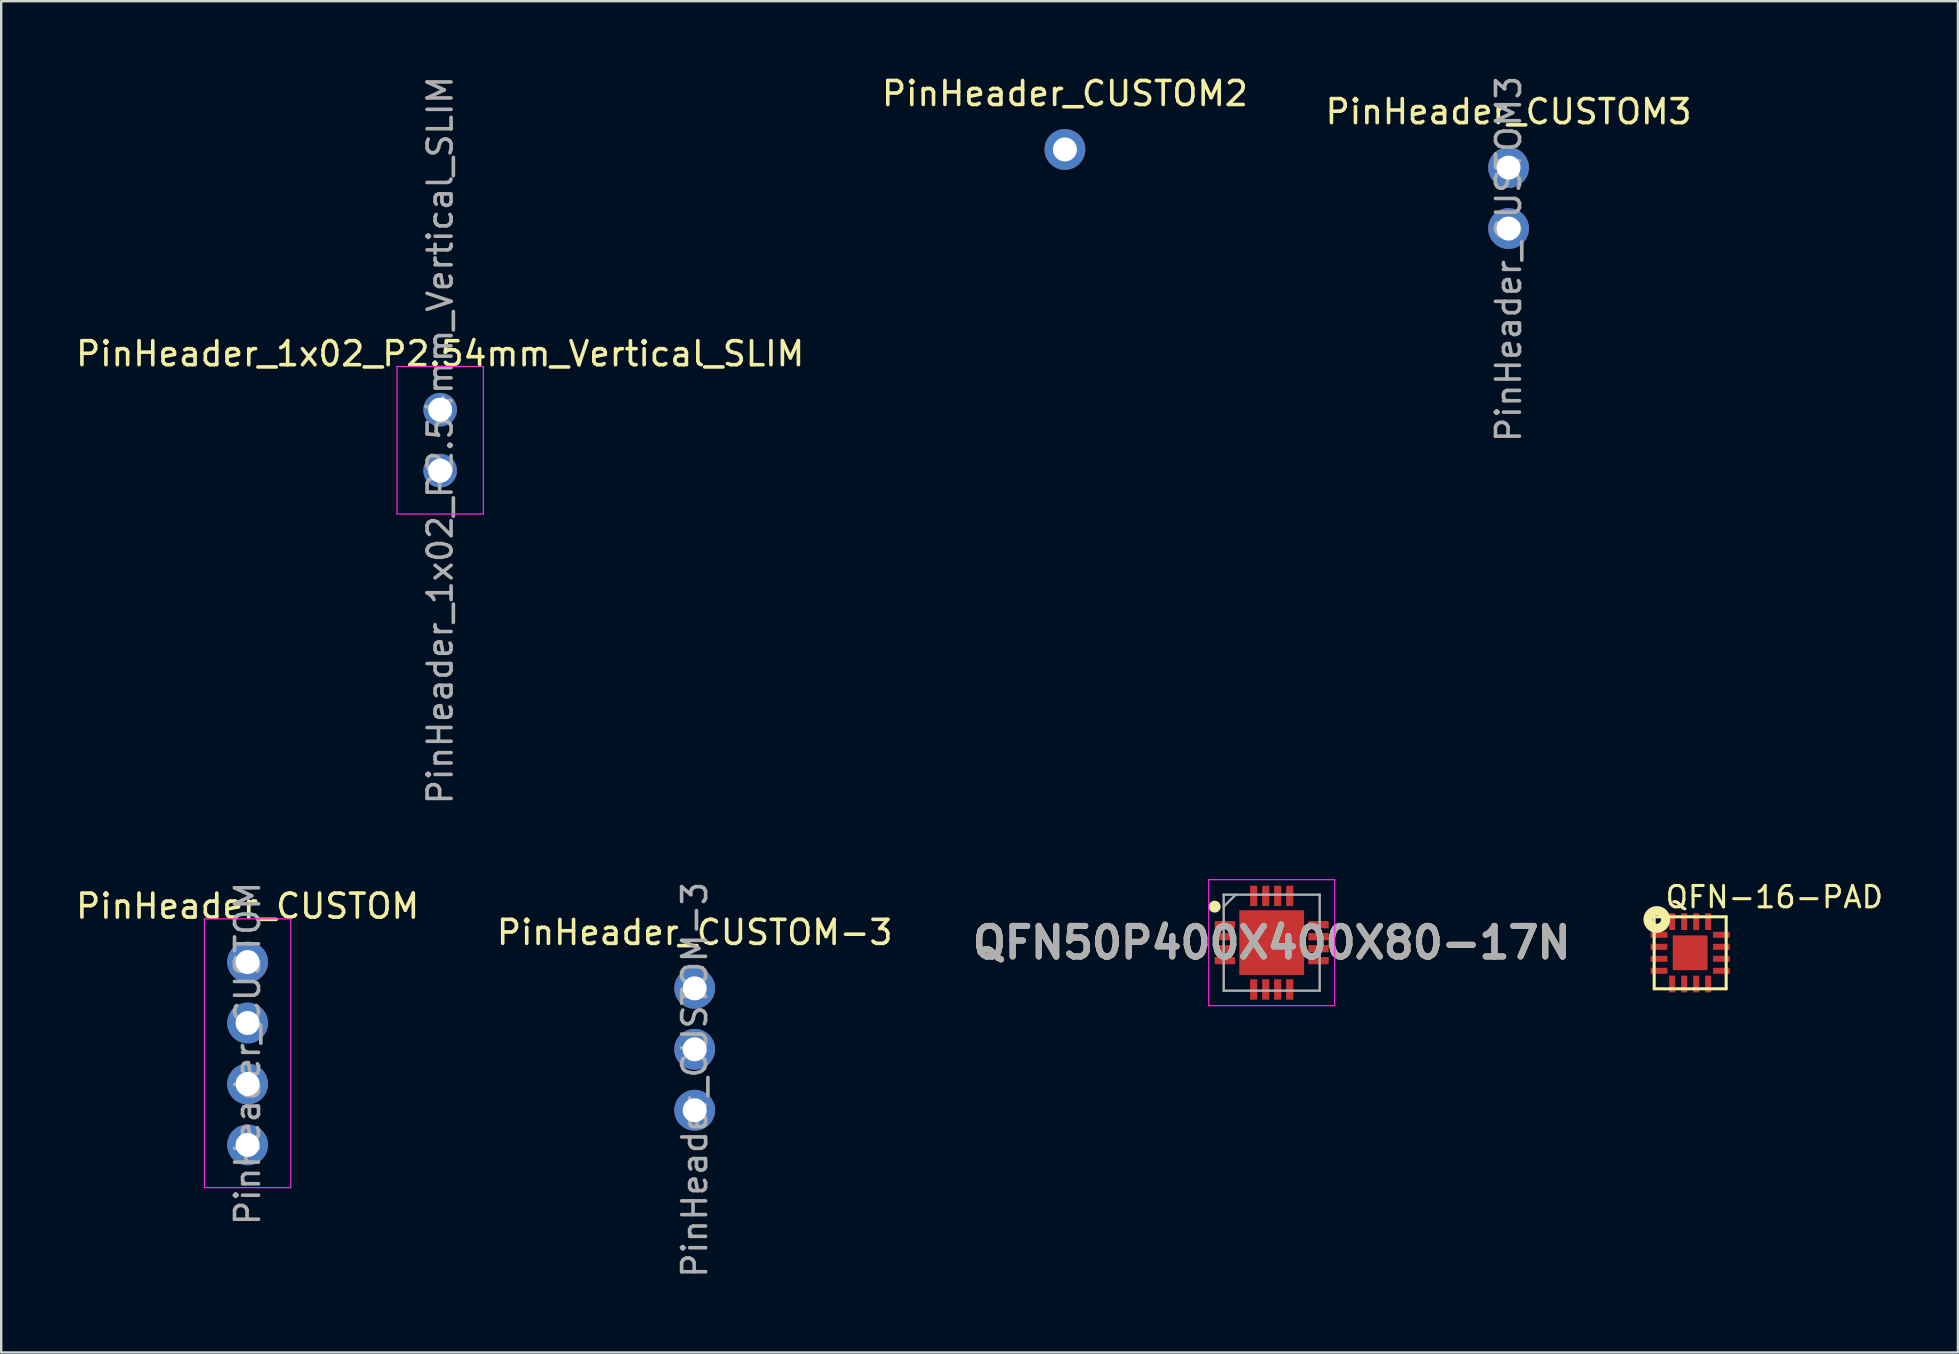
<source format=kicad_pcb>
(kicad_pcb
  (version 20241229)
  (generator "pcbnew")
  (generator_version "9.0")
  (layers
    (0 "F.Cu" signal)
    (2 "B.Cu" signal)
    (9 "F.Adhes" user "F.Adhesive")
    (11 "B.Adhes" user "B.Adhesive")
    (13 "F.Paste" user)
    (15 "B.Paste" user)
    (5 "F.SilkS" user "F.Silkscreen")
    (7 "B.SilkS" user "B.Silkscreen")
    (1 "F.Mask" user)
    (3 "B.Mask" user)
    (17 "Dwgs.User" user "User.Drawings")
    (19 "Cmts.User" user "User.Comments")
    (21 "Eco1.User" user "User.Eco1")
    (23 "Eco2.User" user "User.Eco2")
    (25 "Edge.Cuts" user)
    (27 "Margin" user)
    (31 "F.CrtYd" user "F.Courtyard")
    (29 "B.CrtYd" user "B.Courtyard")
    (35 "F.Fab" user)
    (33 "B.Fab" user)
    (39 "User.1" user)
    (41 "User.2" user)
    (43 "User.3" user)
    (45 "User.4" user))
  (footprint "QFN-16-PAD"
    (layer "F.Cu")
    (at 67.383 36.655)
    (property "Reference" "QFN-16-PAD" (at -1.106 -1.802 180) (layer "F.SilkS") (effects (font (size 0.889 0.889) (thickness 0.127)) (justify left bottom)))
    (attr through_hole)
    (fp_line (start -1.5 -1.5) (end 1.5 -1.5) (stroke (width 0.127) (type solid)) (layer "F.SilkS"))
    (fp_line (start -1.5 1.5) (end -1.5 -1.5) (stroke (width 0.127) (type solid)) (layer "F.SilkS"))
    (fp_line (start 1.5 -1.5) (end 1.5 1.5) (stroke (width 0.127) (type solid)) (layer "F.SilkS"))
    (fp_line (start 1.5 1.5) (end -1.5 1.5) (stroke (width 0.127) (type solid)) (layer "F.SilkS"))
    (fp_circle (center -1.389 -1.389) (end -1.212 -1.389) (stroke (width 0.381) (type solid)) (fill no) (layer "F.SilkS"))
    (pad "P$1" smd rect (at -1.3 -0.75 90) (size 0.25 0.7) (layers "F.Cu" "F.Mask" "F.Paste"))
    (pad "P$2" smd rect (at -1.3 -0.25 90) (size 0.25 0.7) (layers "F.Cu" "F.Mask" "F.Paste"))
    (pad "P$3" smd rect (at -1.3 0.25 90) (size 0.25 0.7) (layers "F.Cu" "F.Mask" "F.Paste"))
    (pad "P$4" smd rect (at -1.3 0.75 90) (size 0.25 0.7) (layers "F.Cu" "F.Mask" "F.Paste"))
    (pad "P$5" smd rect (at -0.75 1.3) (size 0.25 0.7) (layers "F.Cu" "F.Mask" "F.Paste"))
    (pad "P$6" smd rect (at -0.25 1.3) (size 0.25 0.7) (layers "F.Cu" "F.Mask" "F.Paste"))
    (pad "P$7" smd rect (at 0.25 1.3) (size 0.25 0.7) (layers "F.Cu" "F.Mask" "F.Paste"))
    (pad "P$8" smd rect (at 0.75 1.3) (size 0.25 0.7) (layers "F.Cu" "F.Mask" "F.Paste"))
    (pad "P$9" smd rect (at 1.3 0.75 270) (size 0.25 0.7) (layers "F.Cu" "F.Mask" "F.Paste"))
    (pad "P$10" smd rect (at 1.3 0.25 270) (size 0.25 0.7) (layers "F.Cu" "F.Mask" "F.Paste"))
    (pad "P$11" smd rect (at 1.3 -0.25 270) (size 0.25 0.7) (layers "F.Cu" "F.Mask" "F.Paste"))
    (pad "P$12" smd rect (at 1.3 -0.75 270) (size 0.25 0.7) (layers "F.Cu" "F.Mask" "F.Paste"))
    (pad "P$13" smd rect (at 0.75 -1.3 180) (size 0.25 0.7) (layers "F.Cu" "F.Mask" "F.Paste"))
    (pad "P$14" smd rect (at 0.25 -1.3 180) (size 0.25 0.7) (layers "F.Cu" "F.Mask" "F.Paste"))
    (pad "P$15" smd rect (at -0.25 -1.3 180) (size 0.25 0.7) (layers "F.Cu" "F.Mask" "F.Paste"))
    (pad "P$16" smd rect (at -0.75 -1.3 180) (size 0.25 0.7) (layers "F.Cu" "F.Mask" "F.Paste"))
    (pad "P$17" smd rect (at 0 0 270) (size 1.45 1.45) (layers "F.Cu" "F.Mask" "F.Paste")))
  (footprint "PinHeader_CUSTOM3"
    (layer "F.Cu")
    (at 59.815 3.934)
    (property "Reference" "PinHeader_CUSTOM3" (at 0 -2.33 0) (layer "F.SilkS") (effects (font (size 1 1) (thickness 0.15))))
    (attr through_hole)
    (fp_text user "${REFERENCE}" (at 0 3.81 90) (layer "F.Fab") (effects (font (size 1 1) (thickness 0.15))))
    (pad "1" thru_hole oval (at 0 0) (size 1.7 1.7) (drill 1) (layers "*.Cu" "*.Mask"))
    (pad "2" thru_hole oval (at 0 2.54) (size 1.7 1.7) (drill 1) (layers "*.Cu" "*.Mask")))
  (footprint "PinHeader_1x02_P2.54mm_Vertical_SLIM"
    (layer "F.Cu")
    (at 15.292 14.022)
    (property "Reference" "PinHeader_1x02_P2.54mm_Vertical_SLIM" (at 0 -2.33 0) (layer "F.SilkS") (effects (font (size 1 1) (thickness 0.15))))
    (attr through_hole)
    (fp_line (start -1.8 -1.8) (end -1.8 4.35) (stroke (width 0.05) (type solid)) (layer "F.CrtYd"))
    (fp_line (start -1.8 4.35) (end 1.8 4.35) (stroke (width 0.05) (type solid)) (layer "F.CrtYd"))
    (fp_line (start 1.8 -1.8) (end -1.8 -1.8) (stroke (width 0.05) (type solid)) (layer "F.CrtYd"))
    (fp_line (start 1.8 4.35) (end 1.8 -1.8) (stroke (width 0.05) (type solid)) (layer "F.CrtYd"))
    (fp_text user "${REFERENCE}" (at 0 1.27 270) (layer "F.Fab") (effects (font (size 1 1) (thickness 0.15))))
    (pad "1" thru_hole oval (at 0 0) (size 1.4 1.4) (drill 1) (layers "*.Cu" "*.Mask"))
    (pad "2" thru_hole oval (at 0 2.54) (size 1.4 1.4) (drill 1) (layers "*.Cu" "*.Mask")))
  (footprint "QFN50P400X400X80-17N"
    (layer "F.Cu")
    (at 49.944 36.233)
    (property "Reference" "QFN50P400X400X80-17N" (at 0 0 0) (layer "F.SilkS") (effects (font (size 1.27 1.27) (thickness 0.254))))
    (attr smd)
    (fp_circle (center -2.375 -1.5) (end -2.375 -1.375) (stroke (width 0.25) (type solid)) (fill no) (layer "F.SilkS"))
    (fp_line (start -2.625 -2.625) (end 2.625 -2.625) (stroke (width 0.05) (type solid)) (layer "F.CrtYd"))
    (fp_line (start -2.625 2.625) (end -2.625 -2.625) (stroke (width 0.05) (type solid)) (layer "F.CrtYd"))
    (fp_line (start 2.625 -2.625) (end 2.625 2.625) (stroke (width 0.05) (type solid)) (layer "F.CrtYd"))
    (fp_line (start 2.625 2.625) (end -2.625 2.625) (stroke (width 0.05) (type solid)) (layer "F.CrtYd"))
    (fp_line (start -2 -2) (end 2 -2) (stroke (width 0.1) (type solid)) (layer "F.Fab"))
    (fp_line (start -2 -1.5) (end -1.5 -2) (stroke (width 0.1) (type solid)) (layer "F.Fab"))
    (fp_line (start -2 2) (end -2 -2) (stroke (width 0.1) (type solid)) (layer "F.Fab"))
    (fp_line (start 2 -2) (end 2 2) (stroke (width 0.1) (type solid)) (layer "F.Fab"))
    (fp_line (start 2 2) (end -2 2) (stroke (width 0.1) (type solid)) (layer "F.Fab"))
    (fp_text user "${REFERENCE}" (at 0 0 0) (layer "F.Fab") (effects (font (size 1.27 1.27) (thickness 0.254))))
    (pad "1" smd rect (at -1.95 -0.75 90) (size 0.3 0.85) (layers "F.Cu" "F.Mask" "F.Paste"))
    (pad "2" smd rect (at -1.95 -0.25 90) (size 0.3 0.85) (layers "F.Cu" "F.Mask" "F.Paste"))
    (pad "3" smd rect (at -1.95 0.25 90) (size 0.3 0.85) (layers "F.Cu" "F.Mask" "F.Paste"))
    (pad "4" smd rect (at -1.95 0.75 90) (size 0.3 0.85) (layers "F.Cu" "F.Mask" "F.Paste"))
    (pad "5" smd rect (at -0.75 1.95) (size 0.3 0.85) (layers "F.Cu" "F.Mask" "F.Paste"))
    (pad "6" smd rect (at -0.25 1.95) (size 0.3 0.85) (layers "F.Cu" "F.Mask" "F.Paste"))
    (pad "7" smd rect (at 0.25 1.95) (size 0.3 0.85) (layers "F.Cu" "F.Mask" "F.Paste"))
    (pad "8" smd rect (at 0.75 1.95) (size 0.3 0.85) (layers "F.Cu" "F.Mask" "F.Paste"))
    (pad "9" smd rect (at 1.95 0.75 90) (size 0.3 0.85) (layers "F.Cu" "F.Mask" "F.Paste"))
    (pad "10" smd rect (at 1.95 0.25 90) (size 0.3 0.85) (layers "F.Cu" "F.Mask" "F.Paste"))
    (pad "11" smd rect (at 1.95 -0.25 90) (size 0.3 0.85) (layers "F.Cu" "F.Mask" "F.Paste"))
    (pad "12" smd rect (at 1.95 -0.75 90) (size 0.3 0.85) (layers "F.Cu" "F.Mask" "F.Paste"))
    (pad "13" smd rect (at 0.75 -1.95) (size 0.3 0.85) (layers "F.Cu" "F.Mask" "F.Paste"))
    (pad "14" smd rect (at 0.25 -1.95) (size 0.3 0.85) (layers "F.Cu" "F.Mask" "F.Paste"))
    (pad "15" smd rect (at -0.25 -1.95) (size 0.3 0.85) (layers "F.Cu" "F.Mask" "F.Paste"))
    (pad "16" smd rect (at -0.75 -1.95) (size 0.3 0.85) (layers "F.Cu" "F.Mask" "F.Paste"))
    (pad "17" smd rect (at 0 0) (size 2.7 2.7) (layers "F.Cu" "F.Mask" "F.Paste")))
  (footprint "PinHeader_CUSTOM-3"
    (layer "F.Cu")
    (at 25.899 38.136)
    (property "Reference" "PinHeader_CUSTOM-3" (at 0 -2.33 0) (layer "F.SilkS") (effects (font (size 1 1) (thickness 0.15))))
    (attr through_hole)
    (fp_text user "${REFERENCE}" (at 0 3.81 90) (layer "F.Fab") (effects (font (size 1 1) (thickness 0.15))))
    (pad "1" thru_hole oval (at 0 0) (size 1.7 1.7) (drill 1) (layers "*.Cu" "*.Mask"))
    (pad "2" thru_hole oval (at 0 2.54) (size 1.7 1.7) (drill 1) (layers "*.Cu" "*.Mask"))
    (pad "3" thru_hole oval (at 0 5.08) (size 1.7 1.7) (drill 1) (layers "*.Cu" "*.Mask")))
  (footprint "PinHeader_CUSTOM2"
    (layer "F.Cu")
    (at 41.327 3.178)
    (property "Reference" "PinHeader_CUSTOM2" (at 0 -2.33 0) (layer "F.SilkS") (effects (font (size 1 1) (thickness 0.15))))
    (attr through_hole)
    (pad "1" thru_hole oval (at 0 0) (size 1.7 1.7) (drill 1) (layers "*.Cu" "*.Mask")))
  (footprint "PinHeader_CUSTOM"
    (layer "F.Cu")
    (at 7.268 37.041)
    (property "Reference" "PinHeader_CUSTOM" (at 0 -2.33 0) (layer "F.SilkS") (effects (font (size 1 1) (thickness 0.15))))
    (attr through_hole)
    (fp_line (start -1.8 -1.8) (end -1.8 9.4) (stroke (width 0.05) (type solid)) (layer "F.CrtYd"))
    (fp_line (start -1.8 9.4) (end 1.8 9.4) (stroke (width 0.05) (type solid)) (layer "F.CrtYd"))
    (fp_line (start 1.8 -1.8) (end -1.8 -1.8) (stroke (width 0.05) (type solid)) (layer "F.CrtYd"))
    (fp_line (start 1.8 9.4) (end 1.8 -1.8) (stroke (width 0.05) (type solid)) (layer "F.CrtYd"))
    (fp_text user "${REFERENCE}" (at 0 3.81 90) (layer "F.Fab") (effects (font (size 1 1) (thickness 0.15))))
    (pad "1" thru_hole oval (at 0 0) (size 1.7 1.7) (drill 1) (layers "*.Cu" "*.Mask"))
    (pad "2" thru_hole oval (at 0 2.54) (size 1.7 1.7) (drill 1) (layers "*.Cu" "*.Mask"))
    (pad "3" thru_hole oval (at 0 5.08) (size 1.7 1.7) (drill 1) (layers "*.Cu" "*.Mask"))
    (pad "4" thru_hole oval (at 0 7.62) (size 1.7 1.7) (drill 1) (layers "*.Cu" "*.Mask")))
  (gr_rect
    (start -3 -3)
    (end 78.54 53.31)
    (stroke (width 0.1) (type default))
    (fill no)
    (layer "Edge.Cuts")))
</source>
